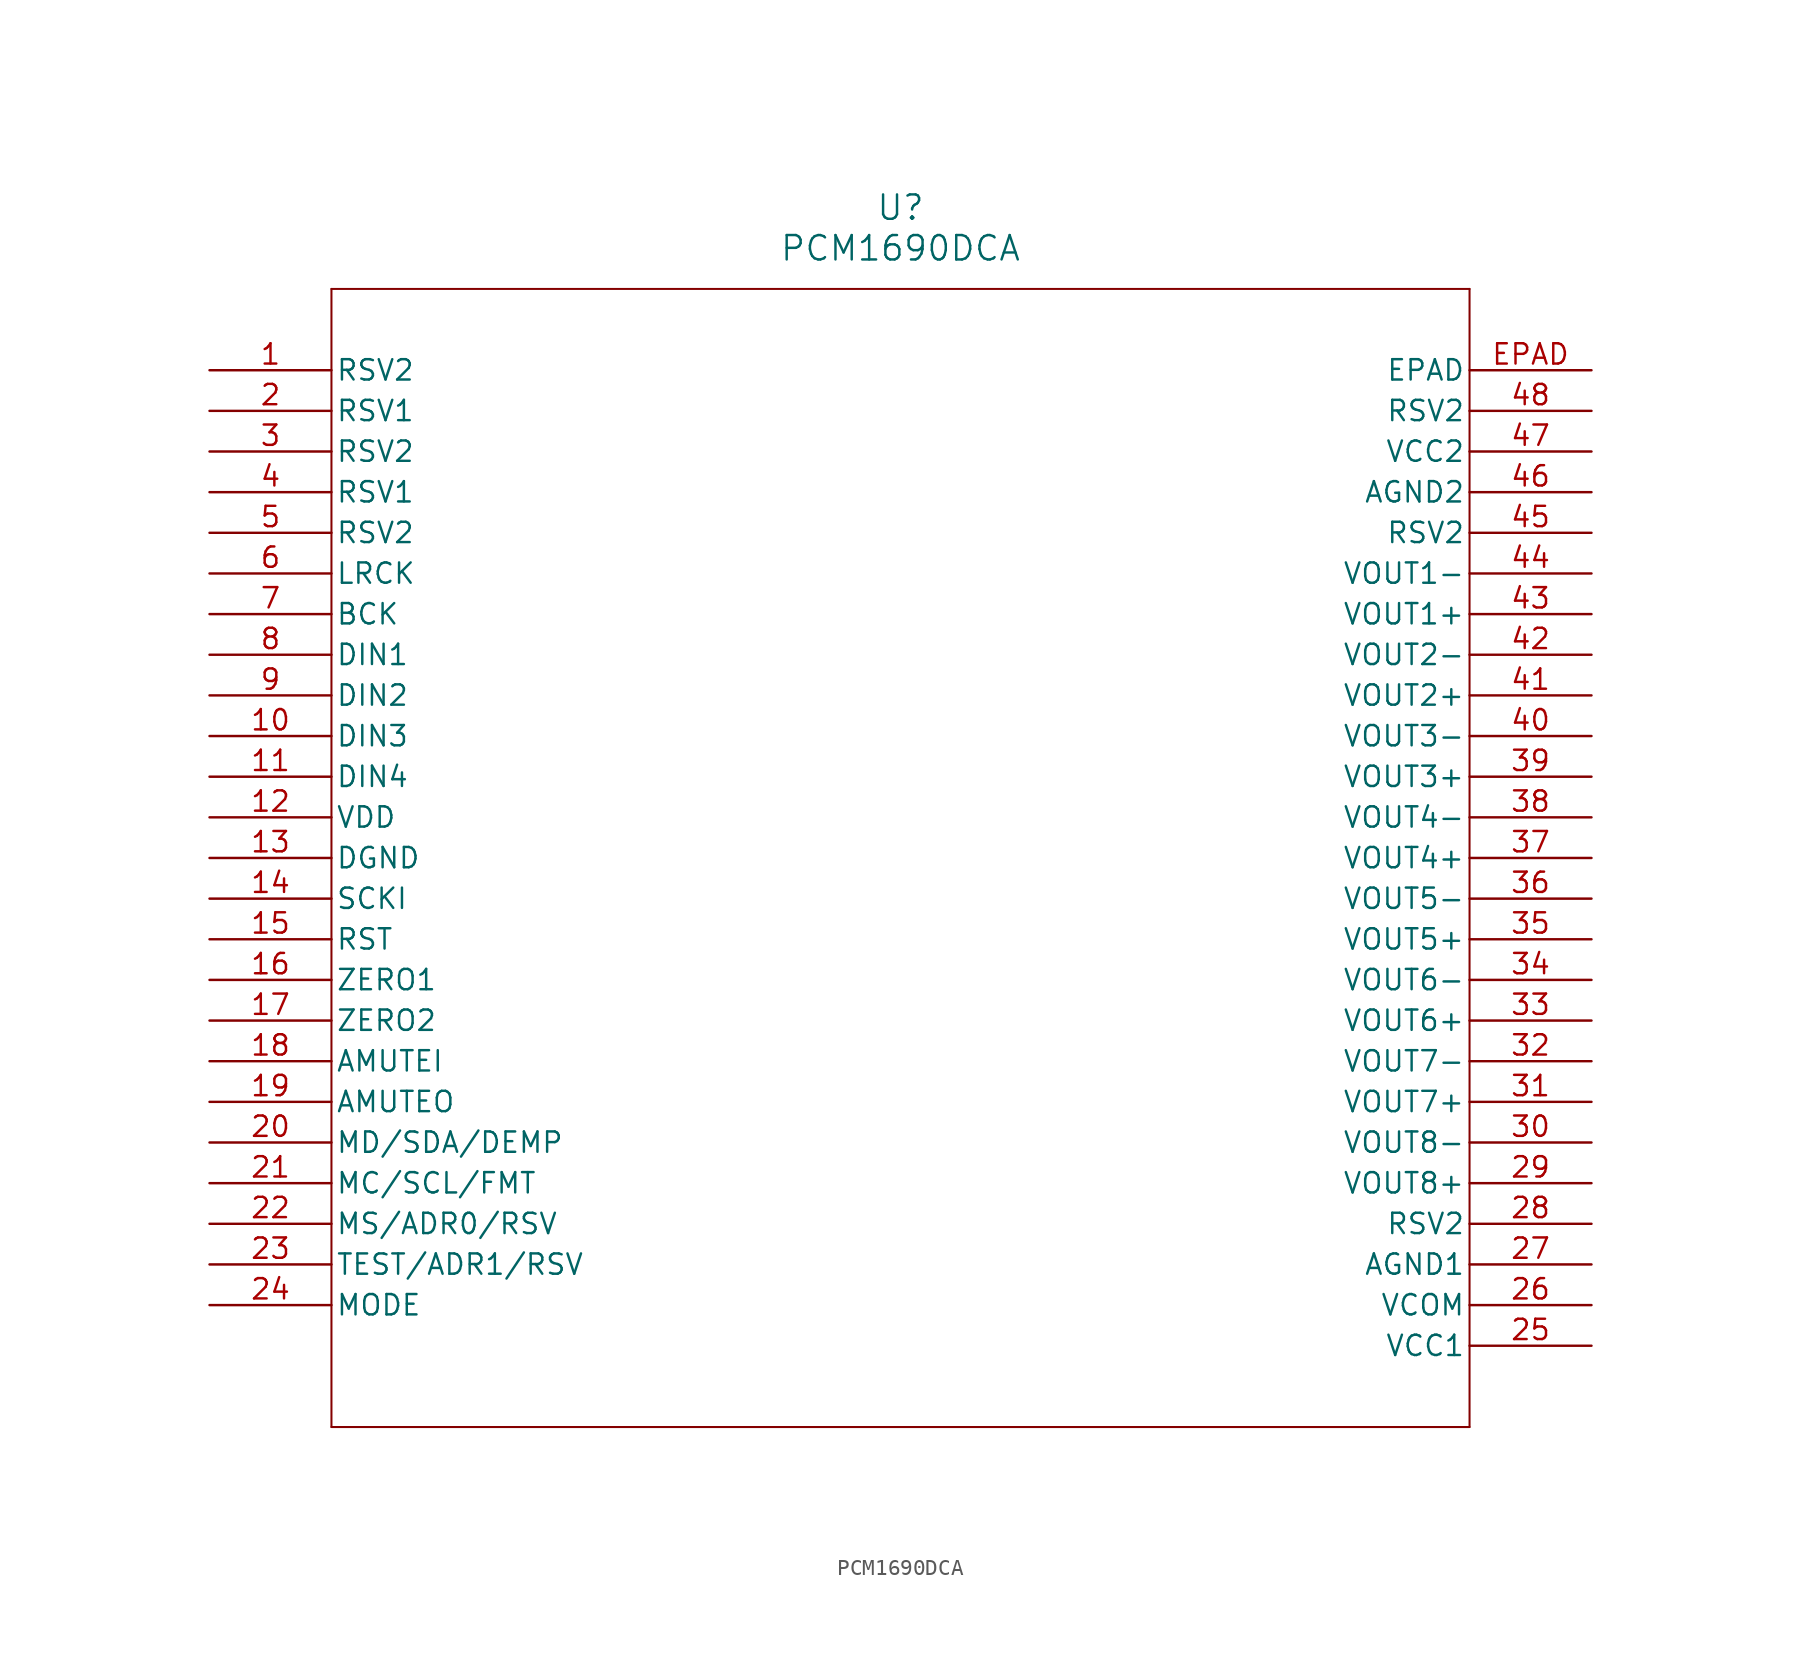
<source format=kicad_sym>
(kicad_symbol_lib
  (version 20211014)
  (generator kicad_symbol_editor)
  (symbol "PCM1690DCA"
    (pin_names
      (offset 0.254))
    (property "Reference" "U"
      (at 43.18 10.16 0)
      (effects (font (size 1.524 1.524))))
    (property "Value" "PCM1690DCA"
      (at 43.18 7.62 0)
      (effects (font (size 1.524 1.524))))
    (symbol "PCM1690DCA_0_1"
      (polyline (pts (xy 7.62 5.08) (xy 7.62 -66.04)) (stroke (width 0.127) (type default) (color 0 0 0 0)) (fill (type none)))
      (polyline (pts (xy 7.62 -66.04) (xy 78.74 -66.04)) (stroke (width 0.127) (type default) (color 0 0 0 0)) (fill (type none)))
      (polyline (pts (xy 78.74 -66.04) (xy 78.74 5.08)) (stroke (width 0.127) (type default) (color 0 0 0 0)) (fill (type none)))
      (polyline (pts (xy 78.74 5.08) (xy 7.62 5.08)) (stroke (width 0.127) (type default) (color 0 0 0 0)) (fill (type none)))
      (pin unspecified line (at 0 0 0) (length 7.62) (name "RSV2" (effects (font (size 1.27 1.27)))) (number "1" (effects (font (size 1.27 1.27)))))
      (pin unspecified line (at 0 -2.54 0) (length 7.62) (name "RSV1" (effects (font (size 1.27 1.27)))) (number "2" (effects (font (size 1.27 1.27)))))
      (pin unspecified line (at 0 -5.08 0) (length 7.62) (name "RSV2" (effects (font (size 1.27 1.27)))) (number "3" (effects (font (size 1.27 1.27)))))
      (pin unspecified line (at 0 -7.62 0) (length 7.62) (name "RSV1" (effects (font (size 1.27 1.27)))) (number "4" (effects (font (size 1.27 1.27)))))
      (pin unspecified line (at 0 -10.16 0) (length 7.62) (name "RSV2" (effects (font (size 1.27 1.27)))) (number "5" (effects (font (size 1.27 1.27)))))
      (pin input line (at 0 -12.7 0) (length 7.62) (name "LRCK" (effects (font (size 1.27 1.27)))) (number "6" (effects (font (size 1.27 1.27)))))
      (pin input line (at 0 -15.24 0) (length 7.62) (name "BCK" (effects (font (size 1.27 1.27)))) (number "7" (effects (font (size 1.27 1.27)))))
      (pin input line (at 0 -17.78 0) (length 7.62) (name "DIN1" (effects (font (size 1.27 1.27)))) (number "8" (effects (font (size 1.27 1.27)))))
      (pin input line (at 0 -20.32 0) (length 7.62) (name "DIN2" (effects (font (size 1.27 1.27)))) (number "9" (effects (font (size 1.27 1.27)))))
      (pin input line (at 0 -22.86 0) (length 7.62) (name "DIN3" (effects (font (size 1.27 1.27)))) (number "10" (effects (font (size 1.27 1.27)))))
      (pin input line (at 0 -25.4 0) (length 7.62) (name "DIN4" (effects (font (size 1.27 1.27)))) (number "11" (effects (font (size 1.27 1.27)))))
      (pin power_in line (at 0 -27.94 0) (length 7.62) (name "VDD" (effects (font (size 1.27 1.27)))) (number "12" (effects (font (size 1.27 1.27)))))
      (pin power_in line (at 0 -30.48 0) (length 7.62) (name "DGND" (effects (font (size 1.27 1.27)))) (number "13" (effects (font (size 1.27 1.27)))))
      (pin input line (at 0 -33.02 0) (length 7.62) (name "SCKI" (effects (font (size 1.27 1.27)))) (number "14" (effects (font (size 1.27 1.27)))))
      (pin input line (at 0 -35.56 0) (length 7.62) (name "RST" (effects (font (size 1.27 1.27)))) (number "15" (effects (font (size 1.27 1.27)))))
      (pin output line (at 0 -38.1 0) (length 7.62) (name "ZERO1" (effects (font (size 1.27 1.27)))) (number "16" (effects (font (size 1.27 1.27)))))
      (pin output line (at 0 -40.64 0) (length 7.62) (name "ZERO2" (effects (font (size 1.27 1.27)))) (number "17" (effects (font (size 1.27 1.27)))))
      (pin input line (at 0 -43.18 0) (length 7.62) (name "AMUTEI" (effects (font (size 1.27 1.27)))) (number "18" (effects (font (size 1.27 1.27)))))
      (pin output line (at 0 -45.72 0) (length 7.62) (name "AMUTEO" (effects (font (size 1.27 1.27)))) (number "19" (effects (font (size 1.27 1.27)))))
      (pin bidirectional line (at 0 -48.26 0) (length 7.62) (name "MD/SDA/DEMP" (effects (font (size 1.27 1.27)))) (number "20" (effects (font (size 1.27 1.27)))))
      (pin input line (at 0 -50.8 0) (length 7.62) (name "MC/SCL/FMT" (effects (font (size 1.27 1.27)))) (number "21" (effects (font (size 1.27 1.27)))))
      (pin input line (at 0 -53.34 0) (length 7.62) (name "MS/ADR0/RSV" (effects (font (size 1.27 1.27)))) (number "22" (effects (font (size 1.27 1.27)))))
      (pin bidirectional line (at 0 -55.88 0) (length 7.62) (name "TEST/ADR1/RSV" (effects (font (size 1.27 1.27)))) (number "23" (effects (font (size 1.27 1.27)))))
      (pin input line (at 0 -58.42 0) (length 7.62) (name "MODE" (effects (font (size 1.27 1.27)))) (number "24" (effects (font (size 1.27 1.27)))))
      (pin power_in line (at 86.36 -60.96 180) (length 7.62) (name "VCC1" (effects (font (size 1.27 1.27)))) (number "25" (effects (font (size 1.27 1.27)))))
      (pin power_in line (at 86.36 -58.42 180) (length 7.62) (name "VCOM" (effects (font (size 1.27 1.27)))) (number "26" (effects (font (size 1.27 1.27)))))
      (pin power_in line (at 86.36 -55.88 180) (length 7.62) (name "AGND1" (effects (font (size 1.27 1.27)))) (number "27" (effects (font (size 1.27 1.27)))))
      (pin unspecified line (at 86.36 -53.34 180) (length 7.62) (name "RSV2" (effects (font (size 1.27 1.27)))) (number "28" (effects (font (size 1.27 1.27)))))
      (pin output line (at 86.36 -50.8 180) (length 7.62) (name "VOUT8+" (effects (font (size 1.27 1.27)))) (number "29" (effects (font (size 1.27 1.27)))))
      (pin output line (at 86.36 -48.26 180) (length 7.62) (name "VOUT8-" (effects (font (size 1.27 1.27)))) (number "30" (effects (font (size 1.27 1.27)))))
      (pin output line (at 86.36 -45.72 180) (length 7.62) (name "VOUT7+" (effects (font (size 1.27 1.27)))) (number "31" (effects (font (size 1.27 1.27)))))
      (pin output line (at 86.36 -43.18 180) (length 7.62) (name "VOUT7-" (effects (font (size 1.27 1.27)))) (number "32" (effects (font (size 1.27 1.27)))))
      (pin output line (at 86.36 -40.64 180) (length 7.62) (name "VOUT6+" (effects (font (size 1.27 1.27)))) (number "33" (effects (font (size 1.27 1.27)))))
      (pin output line (at 86.36 -38.1 180) (length 7.62) (name "VOUT6-" (effects (font (size 1.27 1.27)))) (number "34" (effects (font (size 1.27 1.27)))))
      (pin output line (at 86.36 -35.56 180) (length 7.62) (name "VOUT5+" (effects (font (size 1.27 1.27)))) (number "35" (effects (font (size 1.27 1.27)))))
      (pin output line (at 86.36 -33.02 180) (length 7.62) (name "VOUT5-" (effects (font (size 1.27 1.27)))) (number "36" (effects (font (size 1.27 1.27)))))
      (pin output line (at 86.36 -30.48 180) (length 7.62) (name "VOUT4+" (effects (font (size 1.27 1.27)))) (number "37" (effects (font (size 1.27 1.27)))))
      (pin output line (at 86.36 -27.94 180) (length 7.62) (name "VOUT4-" (effects (font (size 1.27 1.27)))) (number "38" (effects (font (size 1.27 1.27)))))
      (pin output line (at 86.36 -25.4 180) (length 7.62) (name "VOUT3+" (effects (font (size 1.27 1.27)))) (number "39" (effects (font (size 1.27 1.27)))))
      (pin output line (at 86.36 -22.86 180) (length 7.62) (name "VOUT3-" (effects (font (size 1.27 1.27)))) (number "40" (effects (font (size 1.27 1.27)))))
      (pin output line (at 86.36 -20.32 180) (length 7.62) (name "VOUT2+" (effects (font (size 1.27 1.27)))) (number "41" (effects (font (size 1.27 1.27)))))
      (pin output line (at 86.36 -17.78 180) (length 7.62) (name "VOUT2-" (effects (font (size 1.27 1.27)))) (number "42" (effects (font (size 1.27 1.27)))))
      (pin output line (at 86.36 -15.24 180) (length 7.62) (name "VOUT1+" (effects (font (size 1.27 1.27)))) (number "43" (effects (font (size 1.27 1.27)))))
      (pin output line (at 86.36 -12.7 180) (length 7.62) (name "VOUT1-" (effects (font (size 1.27 1.27)))) (number "44" (effects (font (size 1.27 1.27)))))
      (pin unspecified line (at 86.36 -10.16 180) (length 7.62) (name "RSV2" (effects (font (size 1.27 1.27)))) (number "45" (effects (font (size 1.27 1.27)))))
      (pin power_in line (at 86.36 -7.62 180) (length 7.62) (name "AGND2" (effects (font (size 1.27 1.27)))) (number "46" (effects (font (size 1.27 1.27)))))
      (pin power_in line (at 86.36 -5.08 180) (length 7.62) (name "VCC2" (effects (font (size 1.27 1.27)))) (number "47" (effects (font (size 1.27 1.27)))))
      (pin unspecified line (at 86.36 -2.54 180) (length 7.62) (name "RSV2" (effects (font (size 1.27 1.27)))) (number "48" (effects (font (size 1.27 1.27)))))
      (pin unspecified line (at 86.36 0 180) (length 7.62) (name "EPAD" (effects (font (size 1.27 1.27)))) (number "EPAD" (effects (font (size 1.27 1.27))))))))
</source>
